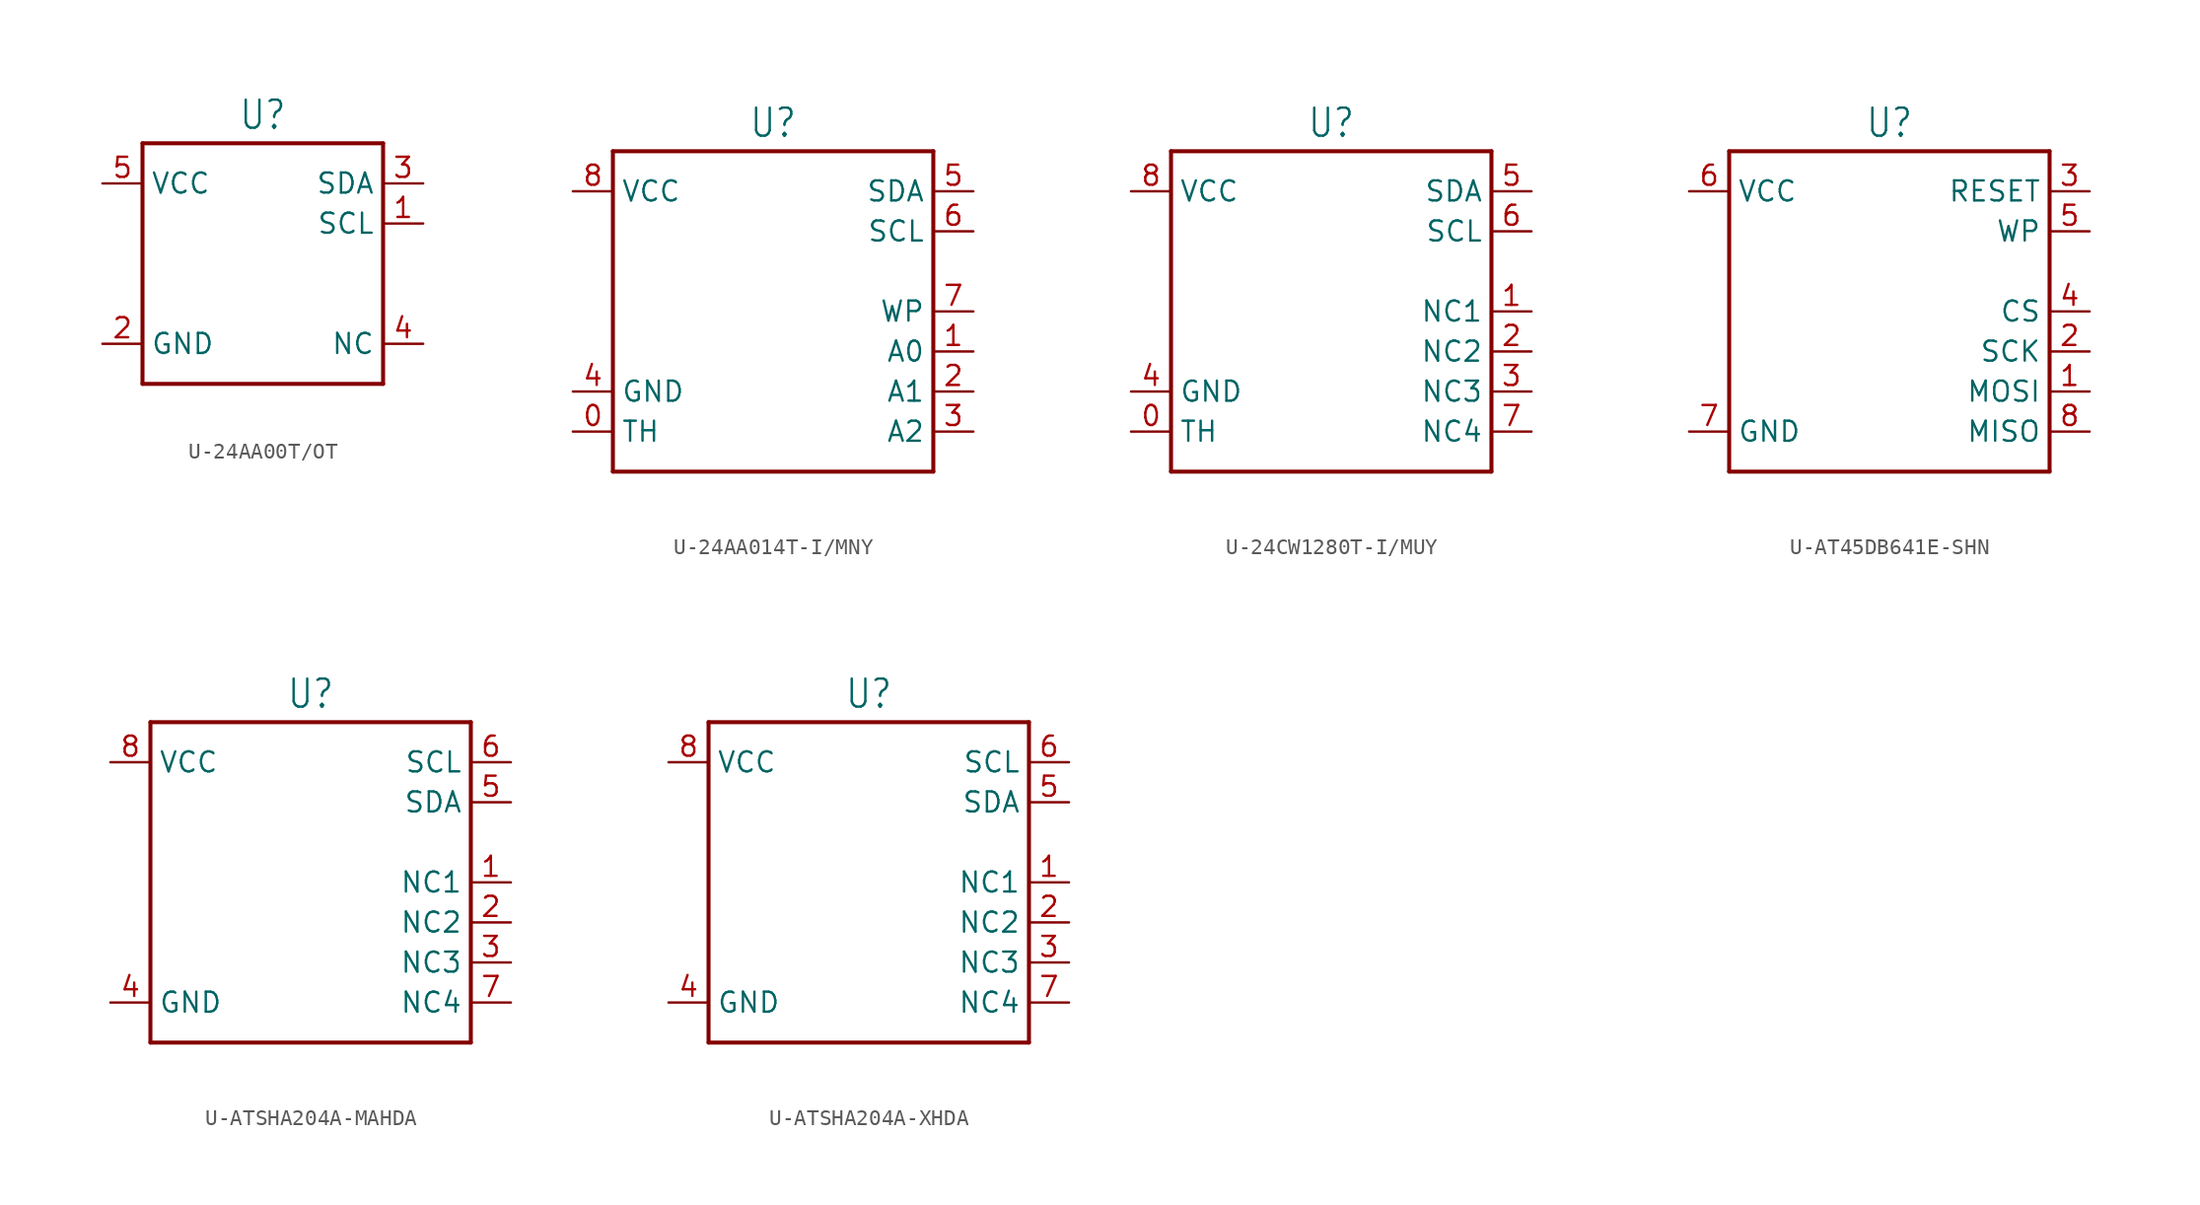
<source format=kicad_sym>
(kicad_symbol_lib
  (version 20231120)
  (generator "kicad_symbol_editor")
  (generator_version "8.0")
  (symbol "U-24AA00T/OT"
    (property "Reference" "U"
      (at 0 8.382 0)
      (effects (font (size 1.778 1.511)) (justify bottom)))
    (property "Value" ""
      (at 0 -8.382 0)
      (effects (font (size 1.778 1.511)) (justify top)))
    (property "ki_locked" ""
      (at 0 0 0)
      (effects (font (size 1.27 1.27))))
    (symbol "U-24AA00T/OT_1_0"
      (polyline (pts (xy -7.62 -7.62) (xy -7.62 7.62)) (stroke (width 0.254) (type solid)) (fill (type none)))
      (polyline (pts (xy -7.62 7.62) (xy 7.62 7.62)) (stroke (width 0.254) (type solid)) (fill (type none)))
      (polyline (pts (xy 7.62 -7.62) (xy -7.62 -7.62)) (stroke (width 0.254) (type solid)) (fill (type none)))
      (polyline (pts (xy 7.62 7.62) (xy 7.62 -7.62)) (stroke (width 0.254) (type solid)) (fill (type none)))
      (pin passive line (at 10.16 2.54 180) (length 2.54) (name "SCL" (effects (font (size 1.27 1.27)))) (number "1" (effects (font (size 1.27 1.27)))))
      (pin passive line (at -10.16 -5.08 0) (length 2.54) (name "GND" (effects (font (size 1.27 1.27)))) (number "2" (effects (font (size 1.27 1.27)))))
      (pin passive line (at 10.16 5.08 180) (length 2.54) (name "SDA" (effects (font (size 1.27 1.27)))) (number "3" (effects (font (size 1.27 1.27)))))
      (pin passive line (at 10.16 -5.08 180) (length 2.54) (name "NC" (effects (font (size 1.27 1.27)))) (number "4" (effects (font (size 1.27 1.27)))))
      (pin passive line (at -10.16 5.08 0) (length 2.54) (name "VCC" (effects (font (size 1.27 1.27)))) (number "5" (effects (font (size 1.27 1.27)))))))
  (symbol "U-24AA014T-I/MNY"
    (property "Reference" "U"
      (at 0 10.922 0)
      (effects (font (size 1.778 1.511)) (justify bottom)))
    (property "Value" ""
      (at 0 -10.922 0)
      (effects (font (size 1.778 1.511)) (justify top)))
    (property "ki_locked" ""
      (at 0 0 0)
      (effects (font (size 1.27 1.27))))
    (symbol "U-24AA014T-I/MNY_1_0"
      (polyline (pts (xy -10.16 -10.16) (xy -10.16 10.16)) (stroke (width 0.254) (type solid)) (fill (type none)))
      (polyline (pts (xy -10.16 10.16) (xy 10.16 10.16)) (stroke (width 0.254) (type solid)) (fill (type none)))
      (polyline (pts (xy 10.16 -10.16) (xy -10.16 -10.16)) (stroke (width 0.254) (type solid)) (fill (type none)))
      (polyline (pts (xy 10.16 10.16) (xy 10.16 -10.16)) (stroke (width 0.254) (type solid)) (fill (type none)))
      (pin passive line (at -12.7 -7.62 0) (length 2.54) (name "TH" (effects (font (size 1.27 1.27)))) (number "0" (effects (font (size 1.27 1.27)))))
      (pin passive line (at 12.7 -2.54 180) (length 2.54) (name "A0" (effects (font (size 1.27 1.27)))) (number "1" (effects (font (size 1.27 1.27)))))
      (pin passive line (at 12.7 -5.08 180) (length 2.54) (name "A1" (effects (font (size 1.27 1.27)))) (number "2" (effects (font (size 1.27 1.27)))))
      (pin passive line (at 12.7 -7.62 180) (length 2.54) (name "A2" (effects (font (size 1.27 1.27)))) (number "3" (effects (font (size 1.27 1.27)))))
      (pin passive line (at -12.7 -5.08 0) (length 2.54) (name "GND" (effects (font (size 1.27 1.27)))) (number "4" (effects (font (size 1.27 1.27)))))
      (pin passive line (at 12.7 7.62 180) (length 2.54) (name "SDA" (effects (font (size 1.27 1.27)))) (number "5" (effects (font (size 1.27 1.27)))))
      (pin passive line (at 12.7 5.08 180) (length 2.54) (name "SCL" (effects (font (size 1.27 1.27)))) (number "6" (effects (font (size 1.27 1.27)))))
      (pin passive line (at 12.7 0 180) (length 2.54) (name "WP" (effects (font (size 1.27 1.27)))) (number "7" (effects (font (size 1.27 1.27)))))
      (pin passive line (at -12.7 7.62 0) (length 2.54) (name "VCC" (effects (font (size 1.27 1.27)))) (number "8" (effects (font (size 1.27 1.27)))))))
  (symbol "U-24CW1280T-I/MUY"
    (property "Reference" "U"
      (at 0 10.922 0)
      (effects (font (size 1.778 1.511)) (justify bottom)))
    (property "Value" ""
      (at 0 -10.922 0)
      (effects (font (size 1.778 1.511)) (justify top)))
    (property "ki_locked" ""
      (at 0 0 0)
      (effects (font (size 1.27 1.27))))
    (symbol "U-24CW1280T-I/MUY_1_0"
      (polyline (pts (xy -10.16 -10.16) (xy -10.16 10.16)) (stroke (width 0.254) (type solid)) (fill (type none)))
      (polyline (pts (xy -10.16 10.16) (xy 10.16 10.16)) (stroke (width 0.254) (type solid)) (fill (type none)))
      (polyline (pts (xy 10.16 -10.16) (xy -10.16 -10.16)) (stroke (width 0.254) (type solid)) (fill (type none)))
      (polyline (pts (xy 10.16 10.16) (xy 10.16 -10.16)) (stroke (width 0.254) (type solid)) (fill (type none)))
      (pin passive line (at -12.7 -7.62 0) (length 2.54) (name "TH" (effects (font (size 1.27 1.27)))) (number "0" (effects (font (size 1.27 1.27)))))
      (pin passive line (at 12.7 0 180) (length 2.54) (name "NC1" (effects (font (size 1.27 1.27)))) (number "1" (effects (font (size 1.27 1.27)))))
      (pin passive line (at 12.7 -2.54 180) (length 2.54) (name "NC2" (effects (font (size 1.27 1.27)))) (number "2" (effects (font (size 1.27 1.27)))))
      (pin passive line (at 12.7 -5.08 180) (length 2.54) (name "NC3" (effects (font (size 1.27 1.27)))) (number "3" (effects (font (size 1.27 1.27)))))
      (pin passive line (at -12.7 -5.08 0) (length 2.54) (name "GND" (effects (font (size 1.27 1.27)))) (number "4" (effects (font (size 1.27 1.27)))))
      (pin passive line (at 12.7 7.62 180) (length 2.54) (name "SDA" (effects (font (size 1.27 1.27)))) (number "5" (effects (font (size 1.27 1.27)))))
      (pin passive line (at 12.7 5.08 180) (length 2.54) (name "SCL" (effects (font (size 1.27 1.27)))) (number "6" (effects (font (size 1.27 1.27)))))
      (pin passive line (at 12.7 -7.62 180) (length 2.54) (name "NC4" (effects (font (size 1.27 1.27)))) (number "7" (effects (font (size 1.27 1.27)))))
      (pin passive line (at -12.7 7.62 0) (length 2.54) (name "VCC" (effects (font (size 1.27 1.27)))) (number "8" (effects (font (size 1.27 1.27)))))))
  (symbol "U-AT45DB641E-SHN"
    (property "Reference" "U"
      (at 0 10.922 0)
      (effects (font (size 1.778 1.511)) (justify bottom)))
    (property "Value" ""
      (at 0 -10.922 0)
      (effects (font (size 1.778 1.511)) (justify top)))
    (property "ki_locked" ""
      (at 0 0 0)
      (effects (font (size 1.27 1.27))))
    (symbol "U-AT45DB641E-SHN_1_0"
      (polyline (pts (xy -10.16 -10.16) (xy -10.16 10.16)) (stroke (width 0.254) (type solid)) (fill (type none)))
      (polyline (pts (xy -10.16 10.16) (xy 10.16 10.16)) (stroke (width 0.254) (type solid)) (fill (type none)))
      (polyline (pts (xy 10.16 -10.16) (xy -10.16 -10.16)) (stroke (width 0.254) (type solid)) (fill (type none)))
      (polyline (pts (xy 10.16 10.16) (xy 10.16 -10.16)) (stroke (width 0.254) (type solid)) (fill (type none)))
      (pin passive line (at 12.7 -5.08 180) (length 2.54) (name "MOSI" (effects (font (size 1.27 1.27)))) (number "1" (effects (font (size 1.27 1.27)))))
      (pin passive line (at 12.7 -2.54 180) (length 2.54) (name "SCK" (effects (font (size 1.27 1.27)))) (number "2" (effects (font (size 1.27 1.27)))))
      (pin passive line (at 12.7 7.62 180) (length 2.54) (name "RESET" (effects (font (size 1.27 1.27)))) (number "3" (effects (font (size 1.27 1.27)))))
      (pin passive line (at 12.7 0 180) (length 2.54) (name "CS" (effects (font (size 1.27 1.27)))) (number "4" (effects (font (size 1.27 1.27)))))
      (pin passive line (at 12.7 5.08 180) (length 2.54) (name "WP" (effects (font (size 1.27 1.27)))) (number "5" (effects (font (size 1.27 1.27)))))
      (pin passive line (at -12.7 7.62 0) (length 2.54) (name "VCC" (effects (font (size 1.27 1.27)))) (number "6" (effects (font (size 1.27 1.27)))))
      (pin passive line (at -12.7 -7.62 0) (length 2.54) (name "GND" (effects (font (size 1.27 1.27)))) (number "7" (effects (font (size 1.27 1.27)))))
      (pin passive line (at 12.7 -7.62 180) (length 2.54) (name "MISO" (effects (font (size 1.27 1.27)))) (number "8" (effects (font (size 1.27 1.27)))))))
  (symbol "U-ATSHA204A-MAHDA"
    (property "Reference" "U"
      (at 0 10.922 0)
      (effects (font (size 1.778 1.511)) (justify bottom)))
    (property "Value" ""
      (at 0 -10.922 0)
      (effects (font (size 1.778 1.511)) (justify top)))
    (property "ki_locked" ""
      (at 0 0 0)
      (effects (font (size 1.27 1.27))))
    (symbol "U-ATSHA204A-MAHDA_1_0"
      (polyline (pts (xy -10.16 -10.16) (xy -10.16 10.16)) (stroke (width 0.254) (type solid)) (fill (type none)))
      (polyline (pts (xy -10.16 10.16) (xy 10.16 10.16)) (stroke (width 0.254) (type solid)) (fill (type none)))
      (polyline (pts (xy 10.16 -10.16) (xy -10.16 -10.16)) (stroke (width 0.254) (type solid)) (fill (type none)))
      (polyline (pts (xy 10.16 10.16) (xy 10.16 -10.16)) (stroke (width 0.254) (type solid)) (fill (type none)))
      (pin passive line (at 12.7 0 180) (length 2.54) (name "NC1" (effects (font (size 1.27 1.27)))) (number "1" (effects (font (size 1.27 1.27)))))
      (pin passive line (at 12.7 -2.54 180) (length 2.54) (name "NC2" (effects (font (size 1.27 1.27)))) (number "2" (effects (font (size 1.27 1.27)))))
      (pin passive line (at 12.7 -5.08 180) (length 2.54) (name "NC3" (effects (font (size 1.27 1.27)))) (number "3" (effects (font (size 1.27 1.27)))))
      (pin passive line (at -12.7 -7.62 0) (length 2.54) (name "GND" (effects (font (size 1.27 1.27)))) (number "4" (effects (font (size 1.27 1.27)))))
      (pin passive line (at 12.7 5.08 180) (length 2.54) (name "SDA" (effects (font (size 1.27 1.27)))) (number "5" (effects (font (size 1.27 1.27)))))
      (pin passive line (at 12.7 7.62 180) (length 2.54) (name "SCL" (effects (font (size 1.27 1.27)))) (number "6" (effects (font (size 1.27 1.27)))))
      (pin passive line (at 12.7 -7.62 180) (length 2.54) (name "NC4" (effects (font (size 1.27 1.27)))) (number "7" (effects (font (size 1.27 1.27)))))
      (pin passive line (at -12.7 7.62 0) (length 2.54) (name "VCC" (effects (font (size 1.27 1.27)))) (number "8" (effects (font (size 1.27 1.27)))))))
  (symbol "U-ATSHA204A-XHDA"
    (property "Reference" "U"
      (at 0 10.922 0)
      (effects (font (size 1.778 1.511)) (justify bottom)))
    (property "Value" ""
      (at 0 -10.922 0)
      (effects (font (size 1.778 1.511)) (justify top)))
    (property "ki_locked" ""
      (at 0 0 0)
      (effects (font (size 1.27 1.27))))
    (symbol "U-ATSHA204A-XHDA_1_0"
      (polyline (pts (xy -10.16 -10.16) (xy -10.16 10.16)) (stroke (width 0.254) (type solid)) (fill (type none)))
      (polyline (pts (xy -10.16 10.16) (xy 10.16 10.16)) (stroke (width 0.254) (type solid)) (fill (type none)))
      (polyline (pts (xy 10.16 -10.16) (xy -10.16 -10.16)) (stroke (width 0.254) (type solid)) (fill (type none)))
      (polyline (pts (xy 10.16 10.16) (xy 10.16 -10.16)) (stroke (width 0.254) (type solid)) (fill (type none)))
      (pin passive line (at 12.7 0 180) (length 2.54) (name "NC1" (effects (font (size 1.27 1.27)))) (number "1" (effects (font (size 1.27 1.27)))))
      (pin passive line (at 12.7 -2.54 180) (length 2.54) (name "NC2" (effects (font (size 1.27 1.27)))) (number "2" (effects (font (size 1.27 1.27)))))
      (pin passive line (at 12.7 -5.08 180) (length 2.54) (name "NC3" (effects (font (size 1.27 1.27)))) (number "3" (effects (font (size 1.27 1.27)))))
      (pin passive line (at -12.7 -7.62 0) (length 2.54) (name "GND" (effects (font (size 1.27 1.27)))) (number "4" (effects (font (size 1.27 1.27)))))
      (pin passive line (at 12.7 5.08 180) (length 2.54) (name "SDA" (effects (font (size 1.27 1.27)))) (number "5" (effects (font (size 1.27 1.27)))))
      (pin passive line (at 12.7 7.62 180) (length 2.54) (name "SCL" (effects (font (size 1.27 1.27)))) (number "6" (effects (font (size 1.27 1.27)))))
      (pin passive line (at 12.7 -7.62 180) (length 2.54) (name "NC4" (effects (font (size 1.27 1.27)))) (number "7" (effects (font (size 1.27 1.27)))))
      (pin passive line (at -12.7 7.62 0) (length 2.54) (name "VCC" (effects (font (size 1.27 1.27)))) (number "8" (effects (font (size 1.27 1.27))))))))
</source>
